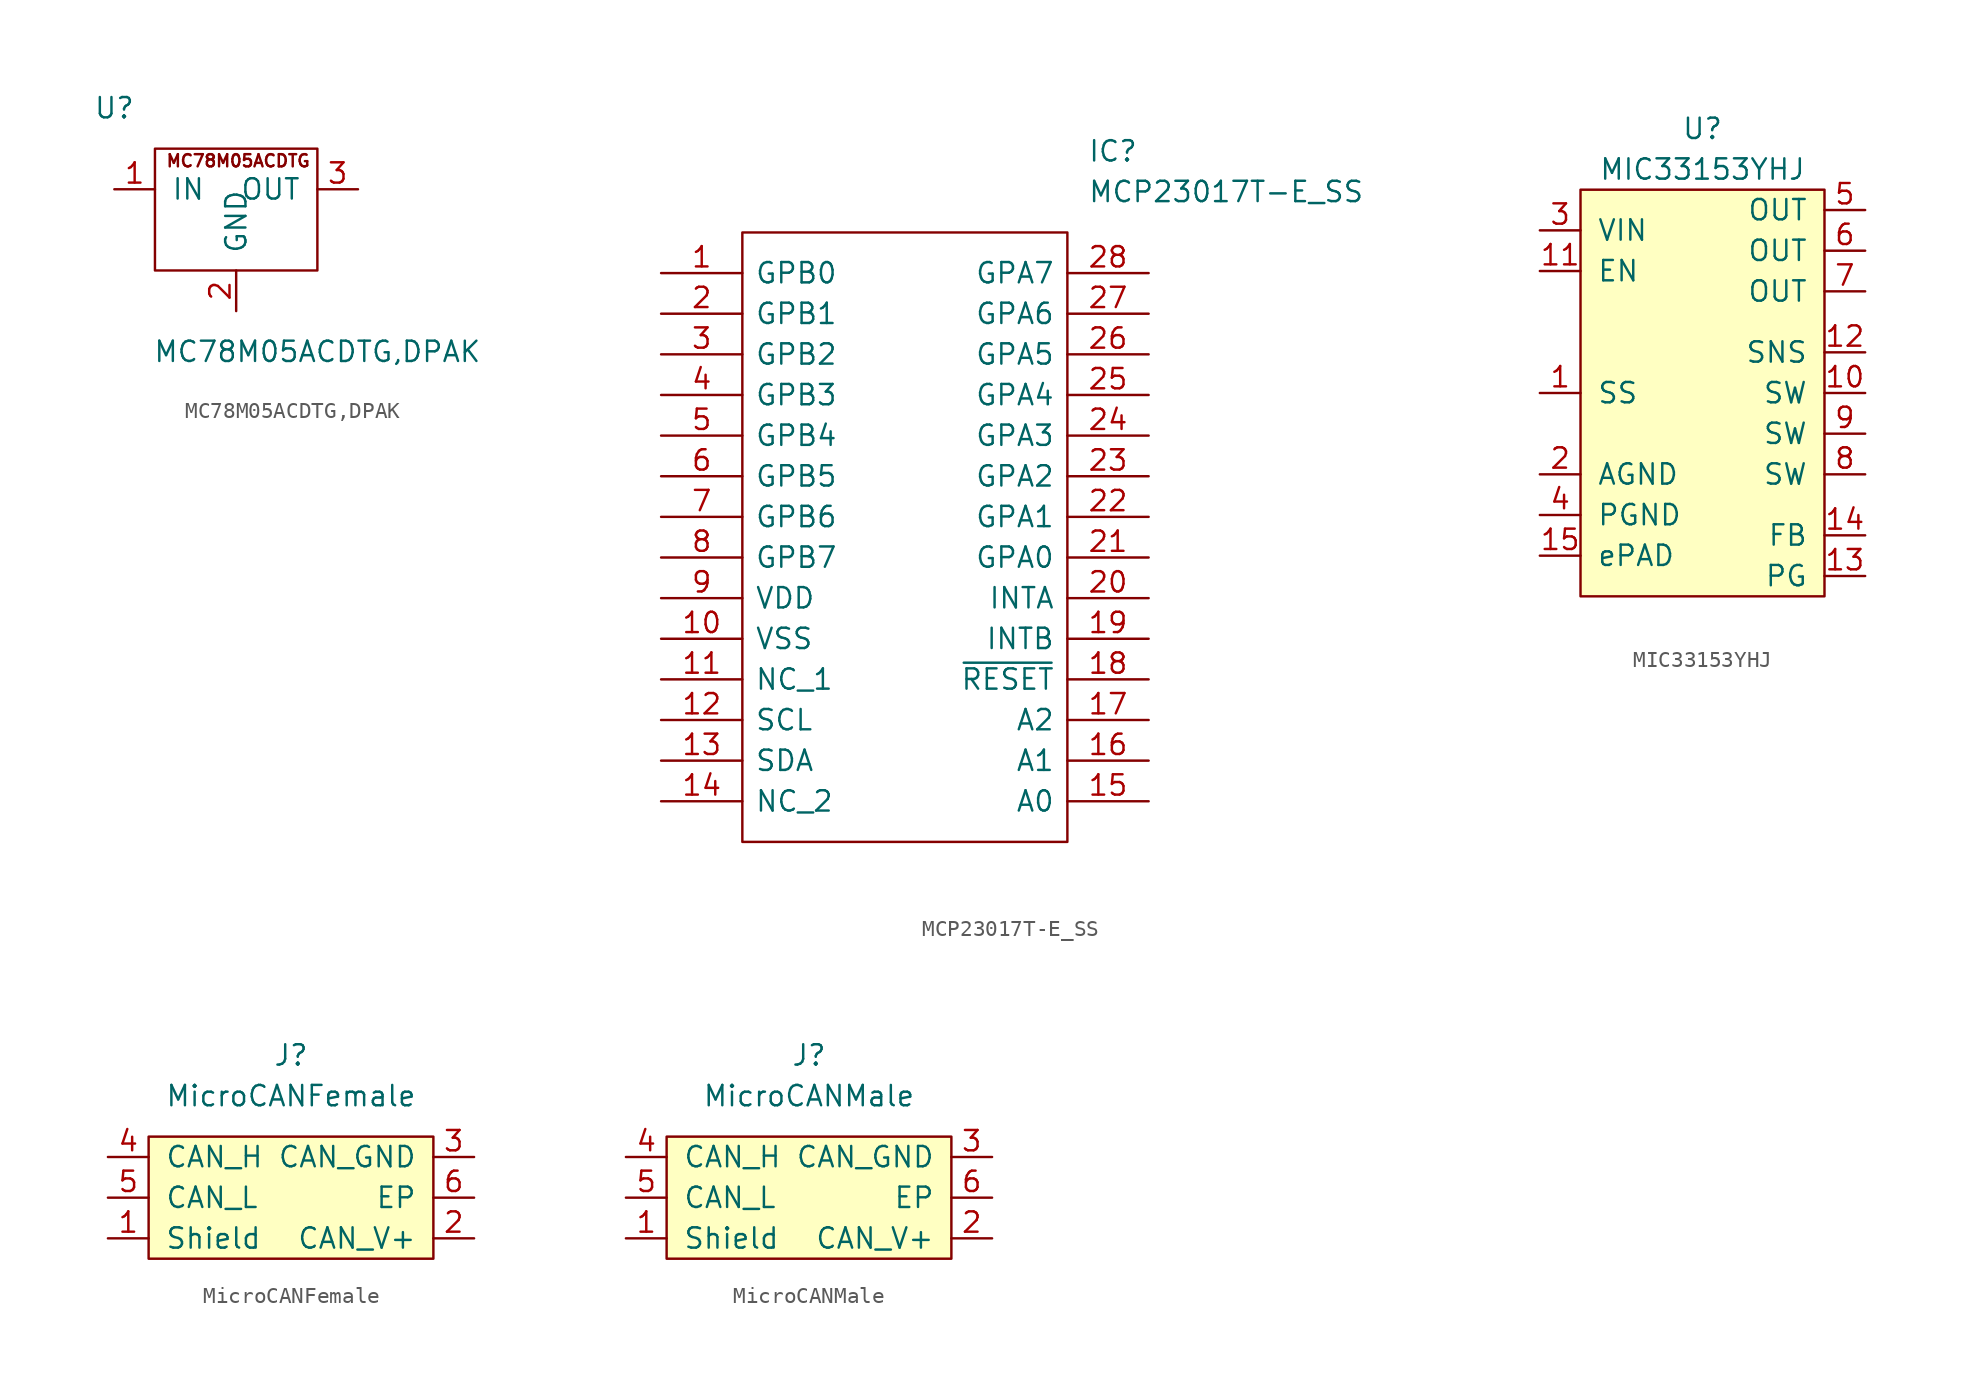
<source format=kicad_sym>
(kicad_symbol_lib
  (version 20220914)
  (generator kicad_symbol_editor)
  (symbol "MC78M05ACDTG,DPAK"
    (pin_names
      (offset 1.016))
    (property "Reference" "U"
      (at -7.62 5.08 0)
      (effects (font (size 1.27 1.27))))
    (property "Value" "MC78M05ACDTG,DPAK"
      (at 5.08 -10.16 0)
      (effects (font (size 1.27 1.27))))
    (symbol "MC78M05ACDTG,DPAK_1_1"
      (rectangle (start -5.08 2.54) (end 5.08 -5.08) (stroke (width 0) (type default)) (fill (type none)))
      (text "MC78M05ACDTG" (at 0.127 1.778 0) (effects (font (size 0.762 0.762))))
      (pin passive line (at -7.62 0 0) (length 2.54) (name "IN" (effects (font (size 1.27 1.27)))) (number "1" (effects (font (size 1.27 1.27)))))
      (pin passive line (at 0 -7.62 90) (length 2.54) (name "GND" (effects (font (size 1.27 1.27)))) (number "2" (effects (font (size 1.27 1.27)))))
      (pin passive line (at 7.62 0 180) (length 2.54) (name "OUT" (effects (font (size 1.27 1.27)))) (number "3" (effects (font (size 1.27 1.27)))))))
  (symbol "MCP23017T-E_SS"
    (pin_names
      (offset 0.762))
    (property "Reference" "IC"
      (at 26.67 7.62 0)
      (effects (font (size 1.27 1.27)) (justify left)))
    (property "Value" "MCP23017T-E_SS"
      (at 26.67 5.08 0)
      (effects (font (size 1.27 1.27)) (justify left)))
    (symbol "MCP23017T-E_SS_0_0"
      (pin unspecified line (at 0 0 0) (length 5.08) (name "GPB0" (effects (font (size 1.27 1.27)))) (number "1" (effects (font (size 1.27 1.27)))))
      (pin power_in line (at 0 -22.86 0) (length 5.08) (name "VSS" (effects (font (size 1.27 1.27)))) (number "10" (effects (font (size 1.27 1.27)))))
      (pin unspecified line (at 0 -25.4 0) (length 5.08) (name "NC_1" (effects (font (size 1.27 1.27)))) (number "11" (effects (font (size 1.27 1.27)))))
      (pin unspecified line (at 0 -27.94 0) (length 5.08) (name "SCL" (effects (font (size 1.27 1.27)))) (number "12" (effects (font (size 1.27 1.27)))))
      (pin unspecified line (at 0 -30.48 0) (length 5.08) (name "SDA" (effects (font (size 1.27 1.27)))) (number "13" (effects (font (size 1.27 1.27)))))
      (pin unspecified line (at 0 -33.02 0) (length 5.08) (name "NC_2" (effects (font (size 1.27 1.27)))) (number "14" (effects (font (size 1.27 1.27)))))
      (pin unspecified line (at 30.48 -33.02 180) (length 5.08) (name "A0" (effects (font (size 1.27 1.27)))) (number "15" (effects (font (size 1.27 1.27)))))
      (pin unspecified line (at 30.48 -30.48 180) (length 5.08) (name "A1" (effects (font (size 1.27 1.27)))) (number "16" (effects (font (size 1.27 1.27)))))
      (pin unspecified line (at 30.48 -27.94 180) (length 5.08) (name "A2" (effects (font (size 1.27 1.27)))) (number "17" (effects (font (size 1.27 1.27)))))
      (pin unspecified line (at 30.48 -25.4 180) (length 5.08) (name "~{RESET}" (effects (font (size 1.27 1.27)))) (number "18" (effects (font (size 1.27 1.27)))))
      (pin input line (at 30.48 -22.86 180) (length 5.08) (name "INTB" (effects (font (size 1.27 1.27)))) (number "19" (effects (font (size 1.27 1.27)))))
      (pin unspecified line (at 0 -2.54 0) (length 5.08) (name "GPB1" (effects (font (size 1.27 1.27)))) (number "2" (effects (font (size 1.27 1.27)))))
      (pin input line (at 30.48 -20.32 180) (length 5.08) (name "INTA" (effects (font (size 1.27 1.27)))) (number "20" (effects (font (size 1.27 1.27)))))
      (pin unspecified line (at 30.48 -17.78 180) (length 5.08) (name "GPA0" (effects (font (size 1.27 1.27)))) (number "21" (effects (font (size 1.27 1.27)))))
      (pin unspecified line (at 30.48 -15.24 180) (length 5.08) (name "GPA1" (effects (font (size 1.27 1.27)))) (number "22" (effects (font (size 1.27 1.27)))))
      (pin unspecified line (at 30.48 -12.7 180) (length 5.08) (name "GPA2" (effects (font (size 1.27 1.27)))) (number "23" (effects (font (size 1.27 1.27)))))
      (pin unspecified line (at 30.48 -10.16 180) (length 5.08) (name "GPA3" (effects (font (size 1.27 1.27)))) (number "24" (effects (font (size 1.27 1.27)))))
      (pin unspecified line (at 30.48 -7.62 180) (length 5.08) (name "GPA4" (effects (font (size 1.27 1.27)))) (number "25" (effects (font (size 1.27 1.27)))))
      (pin unspecified line (at 30.48 -5.08 180) (length 5.08) (name "GPA5" (effects (font (size 1.27 1.27)))) (number "26" (effects (font (size 1.27 1.27)))))
      (pin unspecified line (at 30.48 -2.54 180) (length 5.08) (name "GPA6" (effects (font (size 1.27 1.27)))) (number "27" (effects (font (size 1.27 1.27)))))
      (pin unspecified line (at 30.48 0 180) (length 5.08) (name "GPA7" (effects (font (size 1.27 1.27)))) (number "28" (effects (font (size 1.27 1.27)))))
      (pin unspecified line (at 0 -5.08 0) (length 5.08) (name "GPB2" (effects (font (size 1.27 1.27)))) (number "3" (effects (font (size 1.27 1.27)))))
      (pin unspecified line (at 0 -7.62 0) (length 5.08) (name "GPB3" (effects (font (size 1.27 1.27)))) (number "4" (effects (font (size 1.27 1.27)))))
      (pin unspecified line (at 0 -10.16 0) (length 5.08) (name "GPB4" (effects (font (size 1.27 1.27)))) (number "5" (effects (font (size 1.27 1.27)))))
      (pin unspecified line (at 0 -12.7 0) (length 5.08) (name "GPB5" (effects (font (size 1.27 1.27)))) (number "6" (effects (font (size 1.27 1.27)))))
      (pin unspecified line (at 0 -15.24 0) (length 5.08) (name "GPB6" (effects (font (size 1.27 1.27)))) (number "7" (effects (font (size 1.27 1.27)))))
      (pin unspecified line (at 0 -17.78 0) (length 5.08) (name "GPB7" (effects (font (size 1.27 1.27)))) (number "8" (effects (font (size 1.27 1.27)))))
      (pin power_in line (at 0 -20.32 0) (length 5.08) (name "VDD" (effects (font (size 1.27 1.27)))) (number "9" (effects (font (size 1.27 1.27))))))
    (symbol "MCP23017T-E_SS_0_1"
      (polyline (pts (xy 5.08 2.54) (xy 25.4 2.54) (xy 25.4 -35.56) (xy 5.08 -35.56) (xy 5.08 2.54)) (stroke (width 0.152) (type default)) (fill (type none)))))
  (symbol "MIC33153YHJ"
    (pin_names
      (offset 1.016))
    (property "Reference" "U"
      (at 0 16.51 0)
      (effects (font (size 1.27 1.27))))
    (property "Value" "MIC33153YHJ"
      (at 0 13.97 0)
      (effects (font (size 1.27 1.27))))
    (symbol "MIC33153YHJ_0_1"
      (rectangle (start -7.62 12.7) (end 7.62 -12.7) (stroke (width 0) (type default)) (fill (type background))))
    (symbol "MIC33153YHJ_1_1"
      (pin input line (at -10.16 0 0) (length 2.54) (name "SS" (effects (font (size 1.27 1.27)))) (number "1" (effects (font (size 1.27 1.27)))))
      (pin input line (at 10.16 0 180) (length 2.54) (name "SW" (effects (font (size 1.27 1.27)))) (number "10" (effects (font (size 1.27 1.27)))))
      (pin input line (at -10.16 7.62 0) (length 2.54) (name "EN" (effects (font (size 1.27 1.27)))) (number "11" (effects (font (size 1.27 1.27)))))
      (pin input line (at 10.16 2.54 180) (length 2.54) (name "SNS" (effects (font (size 1.27 1.27)))) (number "12" (effects (font (size 1.27 1.27)))))
      (pin input line (at 10.16 -11.43 180) (length 2.54) (name "PG" (effects (font (size 1.27 1.27)))) (number "13" (effects (font (size 1.27 1.27)))))
      (pin input line (at 10.16 -8.89 180) (length 2.54) (name "FB" (effects (font (size 1.27 1.27)))) (number "14" (effects (font (size 1.27 1.27)))))
      (pin input line (at -10.16 -10.16 0) (length 2.54) (name "ePAD" (effects (font (size 1.27 1.27)))) (number "15" (effects (font (size 1.27 1.27)))))
      (pin input line (at -10.16 -5.08 0) (length 2.54) (name "AGND" (effects (font (size 1.27 1.27)))) (number "2" (effects (font (size 1.27 1.27)))))
      (pin input line (at -10.16 10.16 0) (length 2.54) (name "VIN" (effects (font (size 1.27 1.27)))) (number "3" (effects (font (size 1.27 1.27)))))
      (pin input line (at -10.16 -7.62 0) (length 2.54) (name "PGND" (effects (font (size 1.27 1.27)))) (number "4" (effects (font (size 1.27 1.27)))))
      (pin input line (at 10.16 11.43 180) (length 2.54) (name "OUT" (effects (font (size 1.27 1.27)))) (number "5" (effects (font (size 1.27 1.27)))))
      (pin input line (at 10.16 8.89 180) (length 2.54) (name "OUT" (effects (font (size 1.27 1.27)))) (number "6" (effects (font (size 1.27 1.27)))))
      (pin input line (at 10.16 6.35 180) (length 2.54) (name "OUT" (effects (font (size 1.27 1.27)))) (number "7" (effects (font (size 1.27 1.27)))))
      (pin input line (at 10.16 -5.08 180) (length 2.54) (name "SW" (effects (font (size 1.27 1.27)))) (number "8" (effects (font (size 1.27 1.27)))))
      (pin input line (at 10.16 -2.54 180) (length 2.54) (name "SW" (effects (font (size 1.27 1.27)))) (number "9" (effects (font (size 1.27 1.27)))))))
  (symbol "MicroCANFemale"
    (pin_names
      (offset 1.016))
    (property "Reference" "J"
      (at 0 8.89 0)
      (effects (font (size 1.27 1.27))))
    (property "Value" "MicroCANFemale"
      (at 0 6.35 0)
      (effects (font (size 1.27 1.27))))
    (symbol "MicroCANFemale_0_1"
      (rectangle (start -8.89 3.81) (end 8.89 -3.81) (stroke (width 0) (type default)) (fill (type background))))
    (symbol "MicroCANFemale_1_1"
      (pin input line (at -11.43 -2.54 0) (length 2.54) (name "Shield" (effects (font (size 1.27 1.27)))) (number "1" (effects (font (size 1.27 1.27)))))
      (pin input line (at 11.43 -2.54 180) (length 2.54) (name "CAN_V+" (effects (font (size 1.27 1.27)))) (number "2" (effects (font (size 1.27 1.27)))))
      (pin input line (at 11.43 2.54 180) (length 2.54) (name "CAN_GND" (effects (font (size 1.27 1.27)))) (number "3" (effects (font (size 1.27 1.27)))))
      (pin input line (at -11.43 2.54 0) (length 2.54) (name "CAN_H" (effects (font (size 1.27 1.27)))) (number "4" (effects (font (size 1.27 1.27)))))
      (pin input line (at -11.43 0 0) (length 2.54) (name "CAN_L" (effects (font (size 1.27 1.27)))) (number "5" (effects (font (size 1.27 1.27)))))
      (pin input line (at 11.43 0 180) (length 2.54) (name "EP" (effects (font (size 1.27 1.27)))) (number "6" (effects (font (size 1.27 1.27)))))))
  (symbol "MicroCANMale"
    (pin_names
      (offset 1.016))
    (property "Reference" "J"
      (at 0 8.89 0)
      (effects (font (size 1.27 1.27))))
    (property "Value" "MicroCANMale"
      (at 0 6.35 0)
      (effects (font (size 1.27 1.27))))
    (symbol "MicroCANMale_0_1"
      (rectangle (start -8.89 3.81) (end 8.89 -3.81) (stroke (width 0) (type default)) (fill (type background))))
    (symbol "MicroCANMale_1_1"
      (pin input line (at -11.43 -2.54 0) (length 2.54) (name "Shield" (effects (font (size 1.27 1.27)))) (number "1" (effects (font (size 1.27 1.27)))))
      (pin input line (at 11.43 -2.54 180) (length 2.54) (name "CAN_V+" (effects (font (size 1.27 1.27)))) (number "2" (effects (font (size 1.27 1.27)))))
      (pin input line (at 11.43 2.54 180) (length 2.54) (name "CAN_GND" (effects (font (size 1.27 1.27)))) (number "3" (effects (font (size 1.27 1.27)))))
      (pin input line (at -11.43 2.54 0) (length 2.54) (name "CAN_H" (effects (font (size 1.27 1.27)))) (number "4" (effects (font (size 1.27 1.27)))))
      (pin input line (at -11.43 0 0) (length 2.54) (name "CAN_L" (effects (font (size 1.27 1.27)))) (number "5" (effects (font (size 1.27 1.27)))))
      (pin input line (at 11.43 0 180) (length 2.54) (name "EP" (effects (font (size 1.27 1.27)))) (number "6" (effects (font (size 1.27 1.27))))))))
</source>
